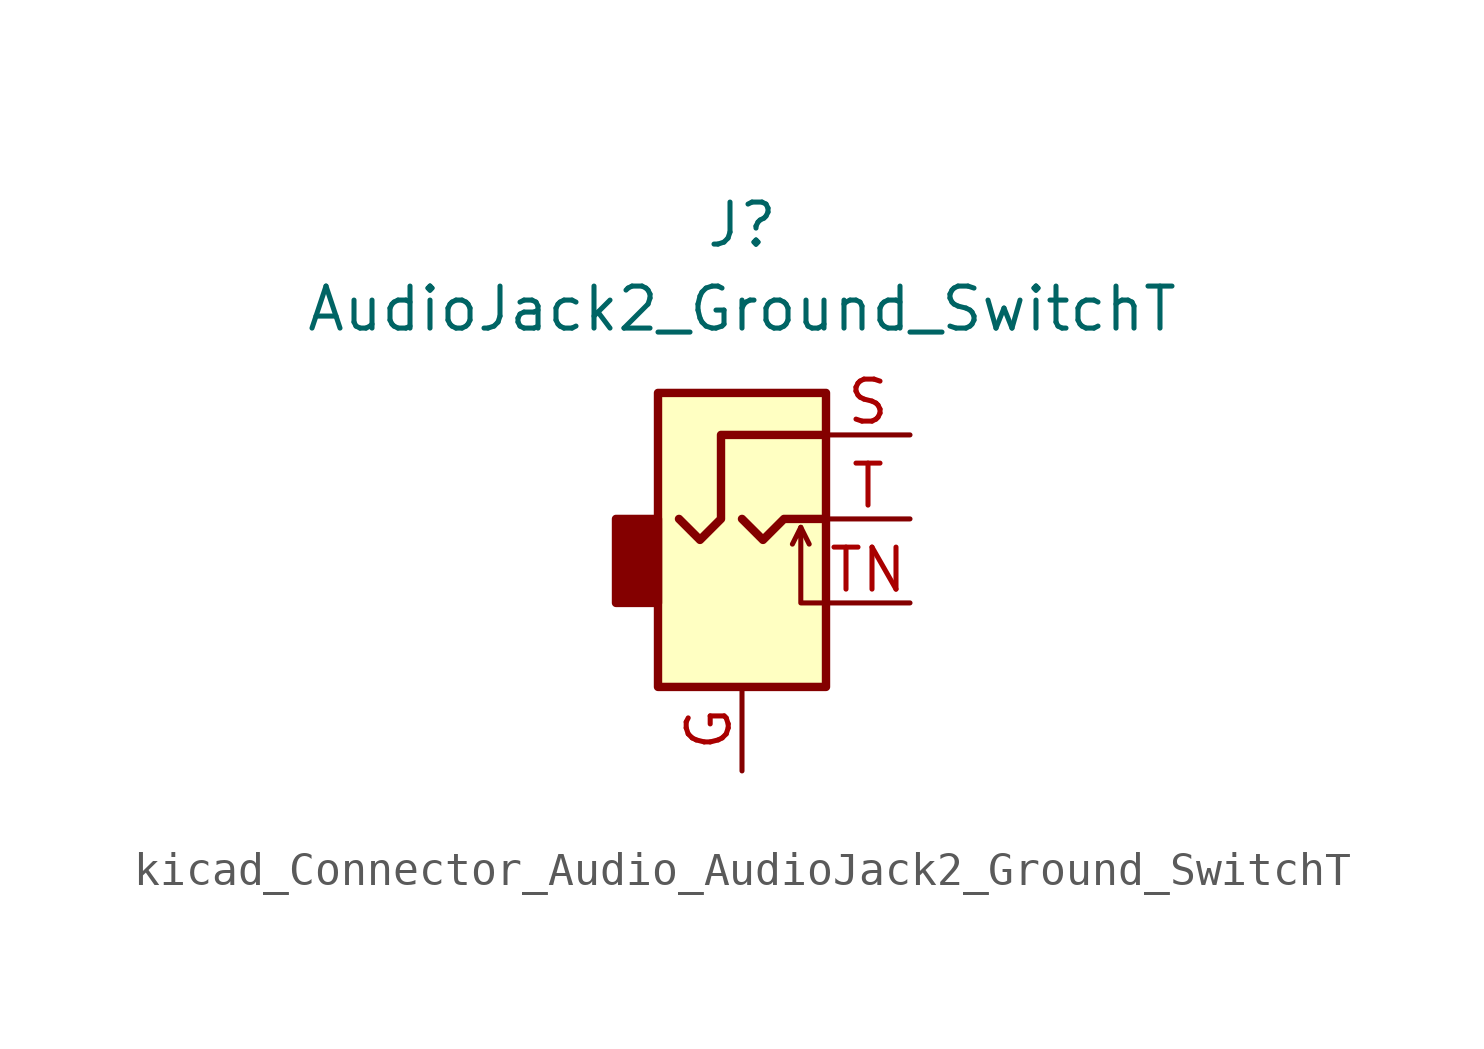
<source format=kicad_sym>
(kicad_symbol_lib
  (version 20220914)
  (generator kicad_symbol_editor)
  (symbol "kicad_Connector_Audio_AudioJack2_Ground_SwitchT"
    (property "Reference" "J"
      (at 0 8.89 0)
      (effects (font (size 1.27 1.27))))
    (property "Value" "AudioJack2_Ground_SwitchT"
      (at 0 6.35 0)
      (effects (font (size 1.27 1.27))))
    (symbol "kicad_Connector_Audio_AudioJack2_Ground_SwitchT_0_1"
      (rectangle (start -2.54 0) (end -3.81 -2.54) (stroke (width 0.254) (type default)) (fill (type outline)))
      (polyline (pts (xy 1.778 -0.254) (xy 2.032 -0.762)) (stroke (width 0) (type default)) (fill (type none)))
      (polyline (pts (xy 0 0) (xy 0.635 -0.635) (xy 1.27 0) (xy 2.54 0)) (stroke (width 0.254) (type default)) (fill (type none)))
      (polyline (pts (xy 2.54 -2.54) (xy 1.778 -2.54) (xy 1.778 -0.254) (xy 1.524 -0.762)) (stroke (width 0) (type default)) (fill (type none)))
      (polyline (pts (xy 2.54 2.54) (xy -0.635 2.54) (xy -0.635 0) (xy -1.27 -0.635) (xy -1.905 0)) (stroke (width 0.254) (type default)) (fill (type none)))
      (rectangle (start 2.54 3.81) (end -2.54 -5.08) (stroke (width 0.254) (type default)) (fill (type background))))
    (symbol "kicad_Connector_Audio_AudioJack2_Ground_SwitchT_1_1"
      (pin passive line (at 0 -7.62 90) (length 2.54) (name "~" (effects (font (size 1.27 1.27)))) (number "G" (effects (font (size 1.27 1.27)))))
      (pin passive line (at 5.08 2.54 180) (length 2.54) (name "~" (effects (font (size 1.27 1.27)))) (number "S" (effects (font (size 1.27 1.27)))))
      (pin passive line (at 5.08 0 180) (length 2.54) (name "~" (effects (font (size 1.27 1.27)))) (number "T" (effects (font (size 1.27 1.27)))))
      (pin passive line (at 5.08 -2.54 180) (length 2.54) (name "~" (effects (font (size 1.27 1.27)))) (number "TN" (effects (font (size 1.27 1.27))))))))
</source>
